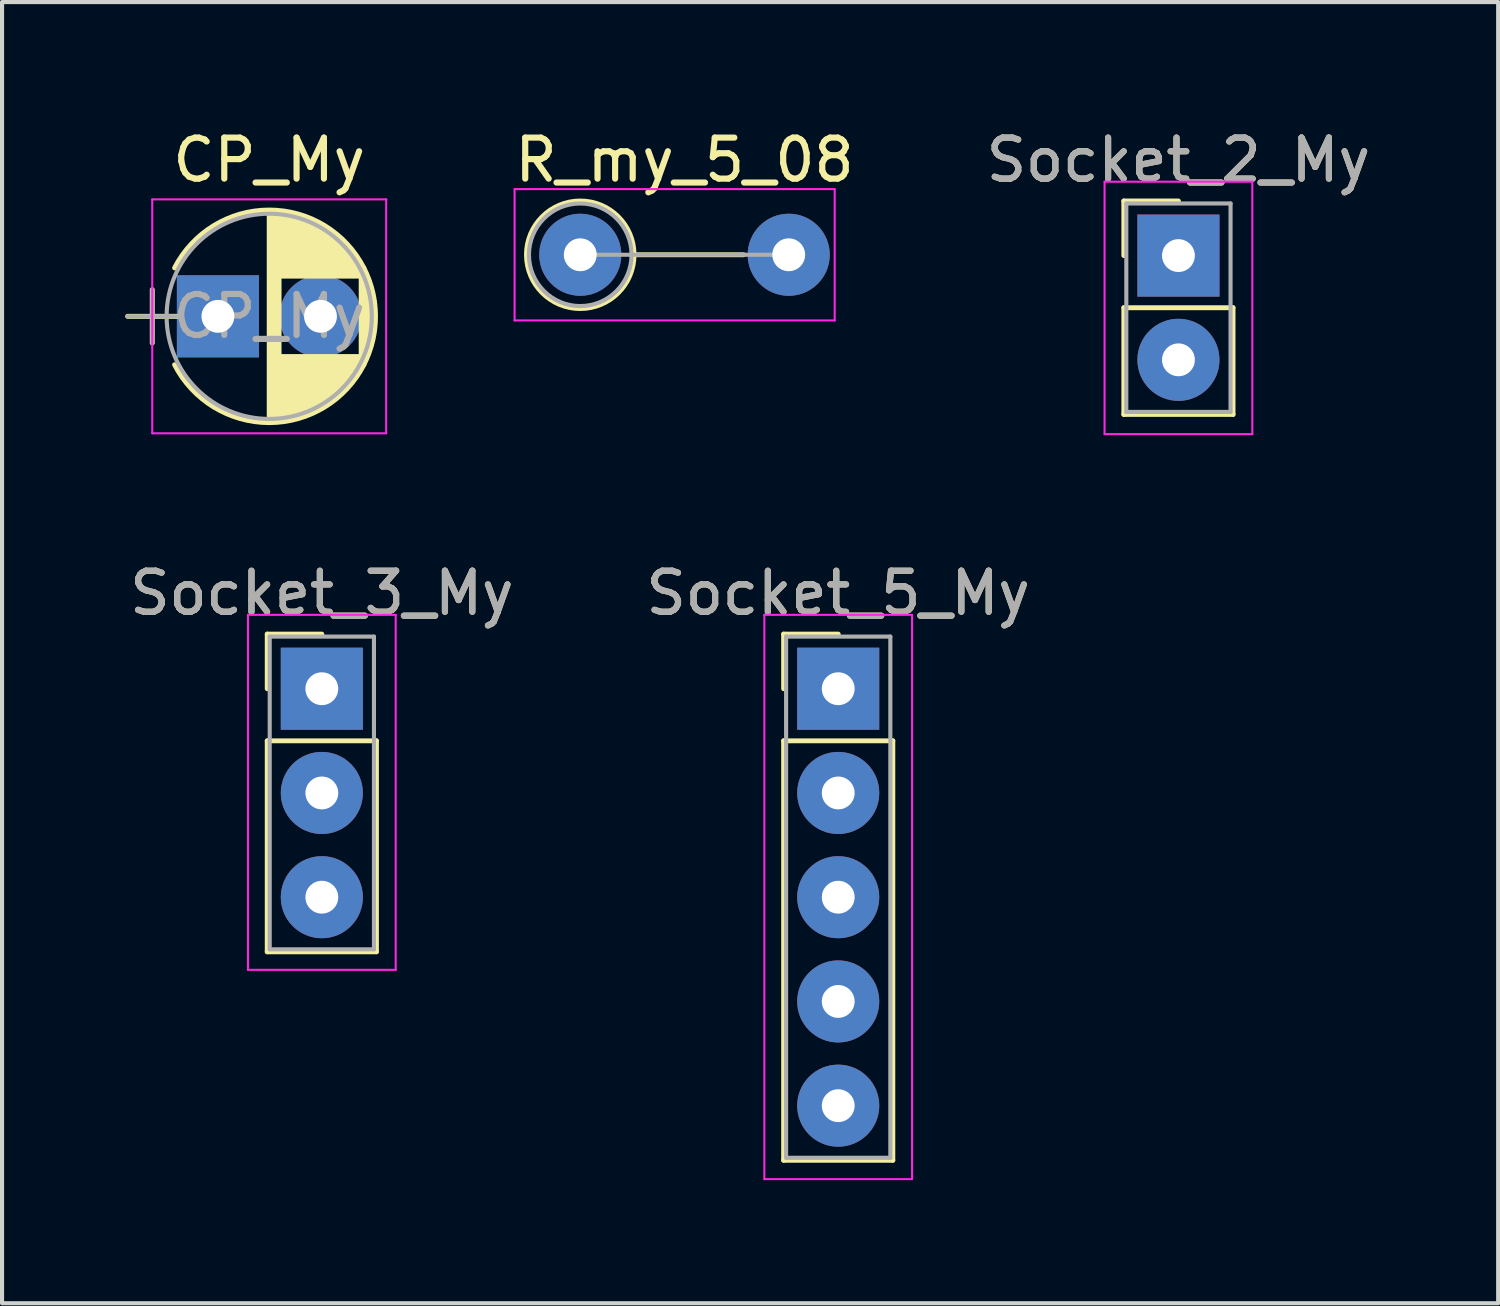
<source format=kicad_pcb>
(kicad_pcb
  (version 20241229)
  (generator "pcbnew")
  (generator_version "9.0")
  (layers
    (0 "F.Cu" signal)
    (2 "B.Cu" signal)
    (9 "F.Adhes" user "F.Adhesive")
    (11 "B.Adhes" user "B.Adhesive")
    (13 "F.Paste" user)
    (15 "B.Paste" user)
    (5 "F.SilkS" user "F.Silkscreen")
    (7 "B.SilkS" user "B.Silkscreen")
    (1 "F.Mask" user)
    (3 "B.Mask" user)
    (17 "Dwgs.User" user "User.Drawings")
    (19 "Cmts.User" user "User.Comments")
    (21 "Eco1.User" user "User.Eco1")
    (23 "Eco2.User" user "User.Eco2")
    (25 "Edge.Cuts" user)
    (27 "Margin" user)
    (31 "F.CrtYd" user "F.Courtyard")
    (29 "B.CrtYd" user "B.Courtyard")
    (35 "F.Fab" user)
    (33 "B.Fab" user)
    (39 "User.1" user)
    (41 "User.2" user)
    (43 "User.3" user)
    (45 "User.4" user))
  (footprint "Socket_3_My"
    (layer "F.Cu")
    (at 4.792 13.732)
    (property "Reference" "Socket_3_My" (at 0 -2.33 0) (layer "F.SilkS") (effects (font (size 1 1) (thickness 0.15))))
    (attr through_hole)
    (fp_line (start -1.33 -1.33) (end 0 -1.33) (stroke (width 0.12) (type solid)) (layer "F.SilkS"))
    (fp_line (start -1.33 0) (end -1.33 -1.33) (stroke (width 0.12) (type solid)) (layer "F.SilkS"))
    (fp_line (start -1.33 1.27) (end -1.33 6.41) (stroke (width 0.12) (type solid)) (layer "F.SilkS"))
    (fp_line (start -1.33 6.41) (end 1.33 6.41) (stroke (width 0.12) (type solid)) (layer "F.SilkS"))
    (fp_line (start 1.33 1.27) (end -1.33 1.27) (stroke (width 0.12) (type solid)) (layer "F.SilkS"))
    (fp_line (start 1.33 6.41) (end 1.33 1.27) (stroke (width 0.12) (type solid)) (layer "F.SilkS"))
    (fp_line (start -1.8 -1.8) (end -1.8 6.85) (stroke (width 0.05) (type solid)) (layer "F.CrtYd"))
    (fp_line (start -1.8 6.85) (end 1.8 6.85) (stroke (width 0.05) (type solid)) (layer "F.CrtYd"))
    (fp_line (start 1.8 -1.8) (end -1.8 -1.8) (stroke (width 0.05) (type solid)) (layer "F.CrtYd"))
    (fp_line (start 1.8 6.85) (end 1.8 -1.8) (stroke (width 0.05) (type solid)) (layer "F.CrtYd"))
    (fp_line (start -1.27 -1.27) (end -1.27 6.35) (stroke (width 0.1) (type solid)) (layer "F.Fab"))
    (fp_line (start -1.27 6.35) (end 1.27 6.35) (stroke (width 0.1) (type solid)) (layer "F.Fab"))
    (fp_line (start 1.27 -1.27) (end -1.27 -1.27) (stroke (width 0.1) (type solid)) (layer "F.Fab"))
    (fp_line (start 1.27 6.35) (end 1.27 -1.27) (stroke (width 0.1) (type solid)) (layer "F.Fab"))
    (fp_text user "${REFERENCE}" (at 0 -2.33 0) (layer "F.Fab") (effects (font (size 1 1) (thickness 0.15))))
    (pad "1" thru_hole rect (at 0 0) (size 2 2) (drill 0.8) (layers "*.Cu" "*.Mask"))
    (pad "2" thru_hole circle (at 0 2.54) (size 2 2) (drill 0.8) (layers "*.Cu" "*.Mask"))
    (pad "3" thru_hole circle (at 0 5.08) (size 2 2) (drill 0.8) (layers "*.Cu" "*.Mask")))
  (footprint "R_my_5_08"
    (layer "F.Cu")
    (at 11.089 3.158)
    (property "Reference" "R_my_5_08" (at 2.54 -2.31 0) (layer "F.SilkS") (effects (font (size 1 1) (thickness 0.15))))
    (attr through_hole)
    (fp_line (start 1.31 0) (end 3.98 0) (stroke (width 0.12) (type solid)) (layer "F.SilkS"))
    (fp_circle (center 0 0) (end 1.31 0) (stroke (width 0.12) (type solid)) (fill no) (layer "F.SilkS"))
    (fp_line (start -1.6 -1.6) (end -1.6 1.6) (stroke (width 0.05) (type solid)) (layer "F.CrtYd"))
    (fp_line (start -1.6 1.6) (end 6.2 1.6) (stroke (width 0.05) (type solid)) (layer "F.CrtYd"))
    (fp_line (start 6.2 -1.6) (end -1.6 -1.6) (stroke (width 0.05) (type solid)) (layer "F.CrtYd"))
    (fp_line (start 6.2 1.6) (end 6.2 -1.6) (stroke (width 0.05) (type solid)) (layer "F.CrtYd"))
    (fp_line (start 0 0) (end 5.08 0) (stroke (width 0.1) (type solid)) (layer "F.Fab"))
    (fp_circle (center 0 0) (end 1.25 0) (stroke (width 0.1) (type solid)) (fill no) (layer "F.Fab"))
    (pad "1" thru_hole circle (at 0 0) (size 2 2) (drill 0.8) (layers "*.Cu" "*.Mask"))
    (pad "2" thru_hole circle (at 5.08 0) (size 2 2) (drill 0.8) (layers "*.Cu" "*.Mask")))
  (footprint "Socket_2_My"
    (layer "F.Cu")
    (at 25.665 3.178)
    (property "Reference" "Socket_2_My" (at 0 -2.33 0) (layer "F.SilkS") (effects (font (size 1 1) (thickness 0.15))))
    (attr through_hole)
    (fp_line (start -1.33 -1.33) (end 0 -1.33) (stroke (width 0.12) (type solid)) (layer "F.SilkS"))
    (fp_line (start -1.33 0) (end -1.33 -1.33) (stroke (width 0.12) (type solid)) (layer "F.SilkS"))
    (fp_line (start -1.33 1.27) (end -1.33 3.87) (stroke (width 0.12) (type solid)) (layer "F.SilkS"))
    (fp_line (start -1.33 3.87) (end 1.33 3.87) (stroke (width 0.12) (type solid)) (layer "F.SilkS"))
    (fp_line (start 1.33 1.27) (end -1.33 1.27) (stroke (width 0.12) (type solid)) (layer "F.SilkS"))
    (fp_line (start 1.33 3.87) (end 1.33 1.27) (stroke (width 0.12) (type solid)) (layer "F.SilkS"))
    (fp_line (start -1.8 -1.8) (end -1.8 4.35) (stroke (width 0.05) (type solid)) (layer "F.CrtYd"))
    (fp_line (start -1.8 4.35) (end 1.8 4.35) (stroke (width 0.05) (type solid)) (layer "F.CrtYd"))
    (fp_line (start 1.8 -1.8) (end -1.8 -1.8) (stroke (width 0.05) (type solid)) (layer "F.CrtYd"))
    (fp_line (start 1.8 4.35) (end 1.8 -1.8) (stroke (width 0.05) (type solid)) (layer "F.CrtYd"))
    (fp_line (start -1.27 -1.27) (end -1.27 3.81) (stroke (width 0.1) (type solid)) (layer "F.Fab"))
    (fp_line (start -1.27 3.81) (end 1.27 3.81) (stroke (width 0.1) (type solid)) (layer "F.Fab"))
    (fp_line (start 1.27 -1.27) (end -1.27 -1.27) (stroke (width 0.1) (type solid)) (layer "F.Fab"))
    (fp_line (start 1.27 3.81) (end 1.27 -1.27) (stroke (width 0.1) (type solid)) (layer "F.Fab"))
    (fp_text user "${REFERENCE}" (at 0 -2.33 0) (layer "F.Fab") (effects (font (size 1 1) (thickness 0.15))))
    (pad "1" thru_hole rect (at 0 0) (size 2 2) (drill 0.8) (layers "*.Cu" "*.Mask"))
    (pad "2" thru_hole circle (at 0 2.54) (size 2 2) (drill 0.8) (layers "*.Cu" "*.Mask")))
  (footprint "CP_My"
    (layer "F.Cu")
    (at 2.26 4.658)
    (property "Reference" "CP_My" (at 1.25 -3.81 0) (layer "F.SilkS") (effects (font (size 1 1) (thickness 0.15))))
    (attr through_hole)
    (fp_line (start -2.2 0) (end -1 0) (stroke (width 0.12) (type solid)) (layer "F.SilkS"))
    (fp_line (start -1.6 -0.65) (end -1.6 0.65) (stroke (width 0.12) (type solid)) (layer "F.SilkS"))
    (fp_line (start 1.25 -2.55) (end 1.25 2.55) (stroke (width 0.12) (type solid)) (layer "F.SilkS"))
    (fp_line (start 1.29 -2.55) (end 1.29 2.55) (stroke (width 0.12) (type solid)) (layer "F.SilkS"))
    (fp_line (start 1.33 -2.549) (end 1.33 2.549) (stroke (width 0.12) (type solid)) (layer "F.SilkS"))
    (fp_line (start 1.37 -2.548) (end 1.37 2.548) (stroke (width 0.12) (type solid)) (layer "F.SilkS"))
    (fp_line (start 1.41 -2.546) (end 1.41 2.546) (stroke (width 0.12) (type solid)) (layer "F.SilkS"))
    (fp_line (start 1.45 -2.543) (end 1.45 2.543) (stroke (width 0.12) (type solid)) (layer "F.SilkS"))
    (fp_line (start 1.49 -2.539) (end 1.49 2.539) (stroke (width 0.12) (type solid)) (layer "F.SilkS"))
    (fp_line (start 1.53 -2.535) (end 1.53 -0.98) (stroke (width 0.12) (type solid)) (layer "F.SilkS"))
    (fp_line (start 1.53 0.98) (end 1.53 2.535) (stroke (width 0.12) (type solid)) (layer "F.SilkS"))
    (fp_line (start 1.57 -2.531) (end 1.57 -0.98) (stroke (width 0.12) (type solid)) (layer "F.SilkS"))
    (fp_line (start 1.57 0.98) (end 1.57 2.531) (stroke (width 0.12) (type solid)) (layer "F.SilkS"))
    (fp_line (start 1.61 -2.525) (end 1.61 -0.98) (stroke (width 0.12) (type solid)) (layer "F.SilkS"))
    (fp_line (start 1.61 0.98) (end 1.61 2.525) (stroke (width 0.12) (type solid)) (layer "F.SilkS"))
    (fp_line (start 1.65 -2.519) (end 1.65 -0.98) (stroke (width 0.12) (type solid)) (layer "F.SilkS"))
    (fp_line (start 1.65 0.98) (end 1.65 2.519) (stroke (width 0.12) (type solid)) (layer "F.SilkS"))
    (fp_line (start 1.69 -2.513) (end 1.69 -0.98) (stroke (width 0.12) (type solid)) (layer "F.SilkS"))
    (fp_line (start 1.69 0.98) (end 1.69 2.513) (stroke (width 0.12) (type solid)) (layer "F.SilkS"))
    (fp_line (start 1.73 -2.506) (end 1.73 -0.98) (stroke (width 0.12) (type solid)) (layer "F.SilkS"))
    (fp_line (start 1.73 0.98) (end 1.73 2.506) (stroke (width 0.12) (type solid)) (layer "F.SilkS"))
    (fp_line (start 1.77 -2.498) (end 1.77 -0.98) (stroke (width 0.12) (type solid)) (layer "F.SilkS"))
    (fp_line (start 1.77 0.98) (end 1.77 2.498) (stroke (width 0.12) (type solid)) (layer "F.SilkS"))
    (fp_line (start 1.81 -2.489) (end 1.81 -0.98) (stroke (width 0.12) (type solid)) (layer "F.SilkS"))
    (fp_line (start 1.81 0.98) (end 1.81 2.489) (stroke (width 0.12) (type solid)) (layer "F.SilkS"))
    (fp_line (start 1.85 -2.48) (end 1.85 -0.98) (stroke (width 0.12) (type solid)) (layer "F.SilkS"))
    (fp_line (start 1.85 0.98) (end 1.85 2.48) (stroke (width 0.12) (type solid)) (layer "F.SilkS"))
    (fp_line (start 1.89 -2.47) (end 1.89 -0.98) (stroke (width 0.12) (type solid)) (layer "F.SilkS"))
    (fp_line (start 1.89 0.98) (end 1.89 2.47) (stroke (width 0.12) (type solid)) (layer "F.SilkS"))
    (fp_line (start 1.93 -2.46) (end 1.93 -0.98) (stroke (width 0.12) (type solid)) (layer "F.SilkS"))
    (fp_line (start 1.93 0.98) (end 1.93 2.46) (stroke (width 0.12) (type solid)) (layer "F.SilkS"))
    (fp_line (start 1.971 -2.448) (end 1.971 -0.98) (stroke (width 0.12) (type solid)) (layer "F.SilkS"))
    (fp_line (start 1.971 0.98) (end 1.971 2.448) (stroke (width 0.12) (type solid)) (layer "F.SilkS"))
    (fp_line (start 2.011 -2.436) (end 2.011 -0.98) (stroke (width 0.12) (type solid)) (layer "F.SilkS"))
    (fp_line (start 2.011 0.98) (end 2.011 2.436) (stroke (width 0.12) (type solid)) (layer "F.SilkS"))
    (fp_line (start 2.051 -2.424) (end 2.051 -0.98) (stroke (width 0.12) (type solid)) (layer "F.SilkS"))
    (fp_line (start 2.051 0.98) (end 2.051 2.424) (stroke (width 0.12) (type solid)) (layer "F.SilkS"))
    (fp_line (start 2.091 -2.41) (end 2.091 -0.98) (stroke (width 0.12) (type solid)) (layer "F.SilkS"))
    (fp_line (start 2.091 0.98) (end 2.091 2.41) (stroke (width 0.12) (type solid)) (layer "F.SilkS"))
    (fp_line (start 2.131 -2.396) (end 2.131 -0.98) (stroke (width 0.12) (type solid)) (layer "F.SilkS"))
    (fp_line (start 2.131 0.98) (end 2.131 2.396) (stroke (width 0.12) (type solid)) (layer "F.SilkS"))
    (fp_line (start 2.171 -2.382) (end 2.171 -0.98) (stroke (width 0.12) (type solid)) (layer "F.SilkS"))
    (fp_line (start 2.171 0.98) (end 2.171 2.382) (stroke (width 0.12) (type solid)) (layer "F.SilkS"))
    (fp_line (start 2.211 -2.366) (end 2.211 -0.98) (stroke (width 0.12) (type solid)) (layer "F.SilkS"))
    (fp_line (start 2.211 0.98) (end 2.211 2.366) (stroke (width 0.12) (type solid)) (layer "F.SilkS"))
    (fp_line (start 2.251 -2.35) (end 2.251 -0.98) (stroke (width 0.12) (type solid)) (layer "F.SilkS"))
    (fp_line (start 2.251 0.98) (end 2.251 2.35) (stroke (width 0.12) (type solid)) (layer "F.SilkS"))
    (fp_line (start 2.291 -2.333) (end 2.291 -0.98) (stroke (width 0.12) (type solid)) (layer "F.SilkS"))
    (fp_line (start 2.291 0.98) (end 2.291 2.333) (stroke (width 0.12) (type solid)) (layer "F.SilkS"))
    (fp_line (start 2.331 -2.315) (end 2.331 -0.98) (stroke (width 0.12) (type solid)) (layer "F.SilkS"))
    (fp_line (start 2.331 0.98) (end 2.331 2.315) (stroke (width 0.12) (type solid)) (layer "F.SilkS"))
    (fp_line (start 2.371 -2.296) (end 2.371 -0.98) (stroke (width 0.12) (type solid)) (layer "F.SilkS"))
    (fp_line (start 2.371 0.98) (end 2.371 2.296) (stroke (width 0.12) (type solid)) (layer "F.SilkS"))
    (fp_line (start 2.411 -2.276) (end 2.411 -0.98) (stroke (width 0.12) (type solid)) (layer "F.SilkS"))
    (fp_line (start 2.411 0.98) (end 2.411 2.276) (stroke (width 0.12) (type solid)) (layer "F.SilkS"))
    (fp_line (start 2.451 -2.256) (end 2.451 -0.98) (stroke (width 0.12) (type solid)) (layer "F.SilkS"))
    (fp_line (start 2.451 0.98) (end 2.451 2.256) (stroke (width 0.12) (type solid)) (layer "F.SilkS"))
    (fp_line (start 2.491 -2.234) (end 2.491 -0.98) (stroke (width 0.12) (type solid)) (layer "F.SilkS"))
    (fp_line (start 2.491 0.98) (end 2.491 2.234) (stroke (width 0.12) (type solid)) (layer "F.SilkS"))
    (fp_line (start 2.531 -2.212) (end 2.531 -0.98) (stroke (width 0.12) (type solid)) (layer "F.SilkS"))
    (fp_line (start 2.531 0.98) (end 2.531 2.212) (stroke (width 0.12) (type solid)) (layer "F.SilkS"))
    (fp_line (start 2.571 -2.189) (end 2.571 -0.98) (stroke (width 0.12) (type solid)) (layer "F.SilkS"))
    (fp_line (start 2.571 0.98) (end 2.571 2.189) (stroke (width 0.12) (type solid)) (layer "F.SilkS"))
    (fp_line (start 2.611 -2.165) (end 2.611 -0.98) (stroke (width 0.12) (type solid)) (layer "F.SilkS"))
    (fp_line (start 2.611 0.98) (end 2.611 2.165) (stroke (width 0.12) (type solid)) (layer "F.SilkS"))
    (fp_line (start 2.651 -2.14) (end 2.651 -0.98) (stroke (width 0.12) (type solid)) (layer "F.SilkS"))
    (fp_line (start 2.651 0.98) (end 2.651 2.14) (stroke (width 0.12) (type solid)) (layer "F.SilkS"))
    (fp_line (start 2.691 -2.113) (end 2.691 -0.98) (stroke (width 0.12) (type solid)) (layer "F.SilkS"))
    (fp_line (start 2.691 0.98) (end 2.691 2.113) (stroke (width 0.12) (type solid)) (layer "F.SilkS"))
    (fp_line (start 2.731 -2.086) (end 2.731 -0.98) (stroke (width 0.12) (type solid)) (layer "F.SilkS"))
    (fp_line (start 2.731 0.98) (end 2.731 2.086) (stroke (width 0.12) (type solid)) (layer "F.SilkS"))
    (fp_line (start 2.771 -2.058) (end 2.771 -0.98) (stroke (width 0.12) (type solid)) (layer "F.SilkS"))
    (fp_line (start 2.771 0.98) (end 2.771 2.058) (stroke (width 0.12) (type solid)) (layer "F.SilkS"))
    (fp_line (start 2.811 -2.028) (end 2.811 -0.98) (stroke (width 0.12) (type solid)) (layer "F.SilkS"))
    (fp_line (start 2.811 0.98) (end 2.811 2.028) (stroke (width 0.12) (type solid)) (layer "F.SilkS"))
    (fp_line (start 2.851 -1.997) (end 2.851 -0.98) (stroke (width 0.12) (type solid)) (layer "F.SilkS"))
    (fp_line (start 2.851 0.98) (end 2.851 1.997) (stroke (width 0.12) (type solid)) (layer "F.SilkS"))
    (fp_line (start 2.891 -1.965) (end 2.891 -0.98) (stroke (width 0.12) (type solid)) (layer "F.SilkS"))
    (fp_line (start 2.891 0.98) (end 2.891 1.965) (stroke (width 0.12) (type solid)) (layer "F.SilkS"))
    (fp_line (start 2.931 -1.932) (end 2.931 -0.98) (stroke (width 0.12) (type solid)) (layer "F.SilkS"))
    (fp_line (start 2.931 0.98) (end 2.931 1.932) (stroke (width 0.12) (type solid)) (layer "F.SilkS"))
    (fp_line (start 2.971 -1.897) (end 2.971 -0.98) (stroke (width 0.12) (type solid)) (layer "F.SilkS"))
    (fp_line (start 2.971 0.98) (end 2.971 1.897) (stroke (width 0.12) (type solid)) (layer "F.SilkS"))
    (fp_line (start 3.011 -1.861) (end 3.011 -0.98) (stroke (width 0.12) (type solid)) (layer "F.SilkS"))
    (fp_line (start 3.011 0.98) (end 3.011 1.861) (stroke (width 0.12) (type solid)) (layer "F.SilkS"))
    (fp_line (start 3.051 -1.823) (end 3.051 -0.98) (stroke (width 0.12) (type solid)) (layer "F.SilkS"))
    (fp_line (start 3.051 0.98) (end 3.051 1.823) (stroke (width 0.12) (type solid)) (layer "F.SilkS"))
    (fp_line (start 3.091 -1.783) (end 3.091 -0.98) (stroke (width 0.12) (type solid)) (layer "F.SilkS"))
    (fp_line (start 3.091 0.98) (end 3.091 1.783) (stroke (width 0.12) (type solid)) (layer "F.SilkS"))
    (fp_line (start 3.131 -1.742) (end 3.131 -0.98) (stroke (width 0.12) (type solid)) (layer "F.SilkS"))
    (fp_line (start 3.131 0.98) (end 3.131 1.742) (stroke (width 0.12) (type solid)) (layer "F.SilkS"))
    (fp_line (start 3.171 -1.699) (end 3.171 -0.98) (stroke (width 0.12) (type solid)) (layer "F.SilkS"))
    (fp_line (start 3.171 0.98) (end 3.171 1.699) (stroke (width 0.12) (type solid)) (layer "F.SilkS"))
    (fp_line (start 3.211 -1.654) (end 3.211 -0.98) (stroke (width 0.12) (type solid)) (layer "F.SilkS"))
    (fp_line (start 3.211 0.98) (end 3.211 1.654) (stroke (width 0.12) (type solid)) (layer "F.SilkS"))
    (fp_line (start 3.251 -1.606) (end 3.251 -0.98) (stroke (width 0.12) (type solid)) (layer "F.SilkS"))
    (fp_line (start 3.251 0.98) (end 3.251 1.606) (stroke (width 0.12) (type solid)) (layer "F.SilkS"))
    (fp_line (start 3.291 -1.556) (end 3.291 -0.98) (stroke (width 0.12) (type solid)) (layer "F.SilkS"))
    (fp_line (start 3.291 0.98) (end 3.291 1.556) (stroke (width 0.12) (type solid)) (layer "F.SilkS"))
    (fp_line (start 3.331 -1.504) (end 3.331 -0.98) (stroke (width 0.12) (type solid)) (layer "F.SilkS"))
    (fp_line (start 3.331 0.98) (end 3.331 1.504) (stroke (width 0.12) (type solid)) (layer "F.SilkS"))
    (fp_line (start 3.371 -1.448) (end 3.371 -0.98) (stroke (width 0.12) (type solid)) (layer "F.SilkS"))
    (fp_line (start 3.371 0.98) (end 3.371 1.448) (stroke (width 0.12) (type solid)) (layer "F.SilkS"))
    (fp_line (start 3.411 -1.39) (end 3.411 -0.98) (stroke (width 0.12) (type solid)) (layer "F.SilkS"))
    (fp_line (start 3.411 0.98) (end 3.411 1.39) (stroke (width 0.12) (type solid)) (layer "F.SilkS"))
    (fp_line (start 3.451 -1.327) (end 3.451 -0.98) (stroke (width 0.12) (type solid)) (layer "F.SilkS"))
    (fp_line (start 3.451 0.98) (end 3.451 1.327) (stroke (width 0.12) (type solid)) (layer "F.SilkS"))
    (fp_line (start 3.491 -1.261) (end 3.491 1.261) (stroke (width 0.12) (type solid)) (layer "F.SilkS"))
    (fp_line (start 3.531 -1.189) (end 3.531 1.189) (stroke (width 0.12) (type solid)) (layer "F.SilkS"))
    (fp_line (start 3.571 -1.112) (end 3.571 1.112) (stroke (width 0.12) (type solid)) (layer "F.SilkS"))
    (fp_line (start 3.611 -1.028) (end 3.611 1.028) (stroke (width 0.12) (type solid)) (layer "F.SilkS"))
    (fp_line (start 3.651 -0.934) (end 3.651 0.934) (stroke (width 0.12) (type solid)) (layer "F.SilkS"))
    (fp_line (start 3.691 -0.829) (end 3.691 0.829) (stroke (width 0.12) (type solid)) (layer "F.SilkS"))
    (fp_line (start 3.731 -0.707) (end 3.731 0.707) (stroke (width 0.12) (type solid)) (layer "F.SilkS"))
    (fp_line (start 3.771 -0.559) (end 3.771 0.559) (stroke (width 0.12) (type solid)) (layer "F.SilkS"))
    (fp_line (start 3.811 -0.354) (end 3.811 0.354) (stroke (width 0.12) (type solid)) (layer "F.SilkS"))
    (fp_arc (start -1.05558 -1.18) (mid 1.250156 -2.59) (end 3.555722 -1.179722) (stroke (width 0.12) (type solid)) (layer "F.SilkS"))
    (fp_arc (start 3.55558 -1.18) (mid 3.84 -0.000156) (end 3.555722 1.179722) (stroke (width 0.12) (type solid)) (layer "F.SilkS"))
    (fp_arc (start 3.555722 1.179722) (mid 1.250156 2.59) (end -1.05558 1.18) (stroke (width 0.12) (type solid)) (layer "F.SilkS"))
    (fp_line (start -1.6 -2.85) (end -1.6 2.85) (stroke (width 0.05) (type solid)) (layer "F.CrtYd"))
    (fp_line (start -1.6 2.85) (end 4.1 2.85) (stroke (width 0.05) (type solid)) (layer "F.CrtYd"))
    (fp_line (start 4.1 -2.85) (end -1.6 -2.85) (stroke (width 0.05) (type solid)) (layer "F.CrtYd"))
    (fp_line (start 4.1 2.85) (end 4.1 -2.85) (stroke (width 0.05) (type solid)) (layer "F.CrtYd"))
    (fp_line (start -2.2 0) (end -1 0) (stroke (width 0.1) (type solid)) (layer "F.Fab"))
    (fp_line (start -1.6 -0.65) (end -1.6 0.65) (stroke (width 0.1) (type solid)) (layer "F.Fab"))
    (fp_circle (center 1.25 0) (end 3.75 0) (stroke (width 0.1) (type solid)) (fill no) (layer "F.Fab"))
    (fp_text user "${REFERENCE}" (at 1.25 0 0) (layer "F.Fab") (effects (font (size 1 1) (thickness 0.15))))
    (pad "1" thru_hole rect (at 0 0) (size 2 2) (drill 0.8) (layers "*.Cu" "*.Mask"))
    (pad "2" thru_hole circle (at 2.5 0) (size 2 2) (drill 0.8) (layers "*.Cu" "*.Mask")))
  (footprint "Socket_5_My"
    (layer "F.Cu")
    (at 17.375 13.732)
    (property "Reference" "Socket_5_My" (at 0 -2.33 0) (layer "F.SilkS") (effects (font (size 1 1) (thickness 0.15))))
    (attr through_hole)
    (fp_line (start -1.33 -1.33) (end 0 -1.33) (stroke (width 0.12) (type solid)) (layer "F.SilkS"))
    (fp_line (start -1.33 0) (end -1.33 -1.33) (stroke (width 0.12) (type solid)) (layer "F.SilkS"))
    (fp_line (start -1.33 1.27) (end -1.33 11.49) (stroke (width 0.12) (type solid)) (layer "F.SilkS"))
    (fp_line (start -1.33 11.49) (end 1.33 11.49) (stroke (width 0.12) (type solid)) (layer "F.SilkS"))
    (fp_line (start 1.33 1.27) (end -1.33 1.27) (stroke (width 0.12) (type solid)) (layer "F.SilkS"))
    (fp_line (start 1.33 11.49) (end 1.33 1.27) (stroke (width 0.12) (type solid)) (layer "F.SilkS"))
    (fp_line (start -1.8 -1.8) (end -1.8 11.95) (stroke (width 0.05) (type solid)) (layer "F.CrtYd"))
    (fp_line (start -1.8 11.95) (end 1.8 11.95) (stroke (width 0.05) (type solid)) (layer "F.CrtYd"))
    (fp_line (start 1.8 -1.8) (end -1.8 -1.8) (stroke (width 0.05) (type solid)) (layer "F.CrtYd"))
    (fp_line (start 1.8 11.95) (end 1.8 -1.8) (stroke (width 0.05) (type solid)) (layer "F.CrtYd"))
    (fp_line (start -1.27 -1.27) (end -1.27 11.43) (stroke (width 0.1) (type solid)) (layer "F.Fab"))
    (fp_line (start -1.27 11.43) (end 1.27 11.43) (stroke (width 0.1) (type solid)) (layer "F.Fab"))
    (fp_line (start 1.27 -1.27) (end -1.27 -1.27) (stroke (width 0.1) (type solid)) (layer "F.Fab"))
    (fp_line (start 1.27 11.43) (end 1.27 -1.27) (stroke (width 0.1) (type solid)) (layer "F.Fab"))
    (fp_text user "${REFERENCE}" (at 0 -2.33 0) (layer "F.Fab") (effects (font (size 1 1) (thickness 0.15))))
    (pad "1" thru_hole rect (at 0 0) (size 2 2) (drill 0.8) (layers "*.Cu" "*.Mask"))
    (pad "2" thru_hole circle (at 0 2.54) (size 2 2) (drill 0.8) (layers "*.Cu" "*.Mask"))
    (pad "3" thru_hole circle (at 0 5.08) (size 2 2) (drill 0.8) (layers "*.Cu" "*.Mask"))
    (pad "4" thru_hole circle (at 0 7.62) (size 2 2) (drill 0.8) (layers "*.Cu" "*.Mask"))
    (pad "5" thru_hole circle (at 0 10.16) (size 2 2) (drill 0.8) (layers "*.Cu" "*.Mask")))
  (gr_rect
    (start -3 -3)
    (end 33.456 28.706)
    (stroke (width 0.1) (type default))
    (fill no)
    (layer "Edge.Cuts")))
</source>
